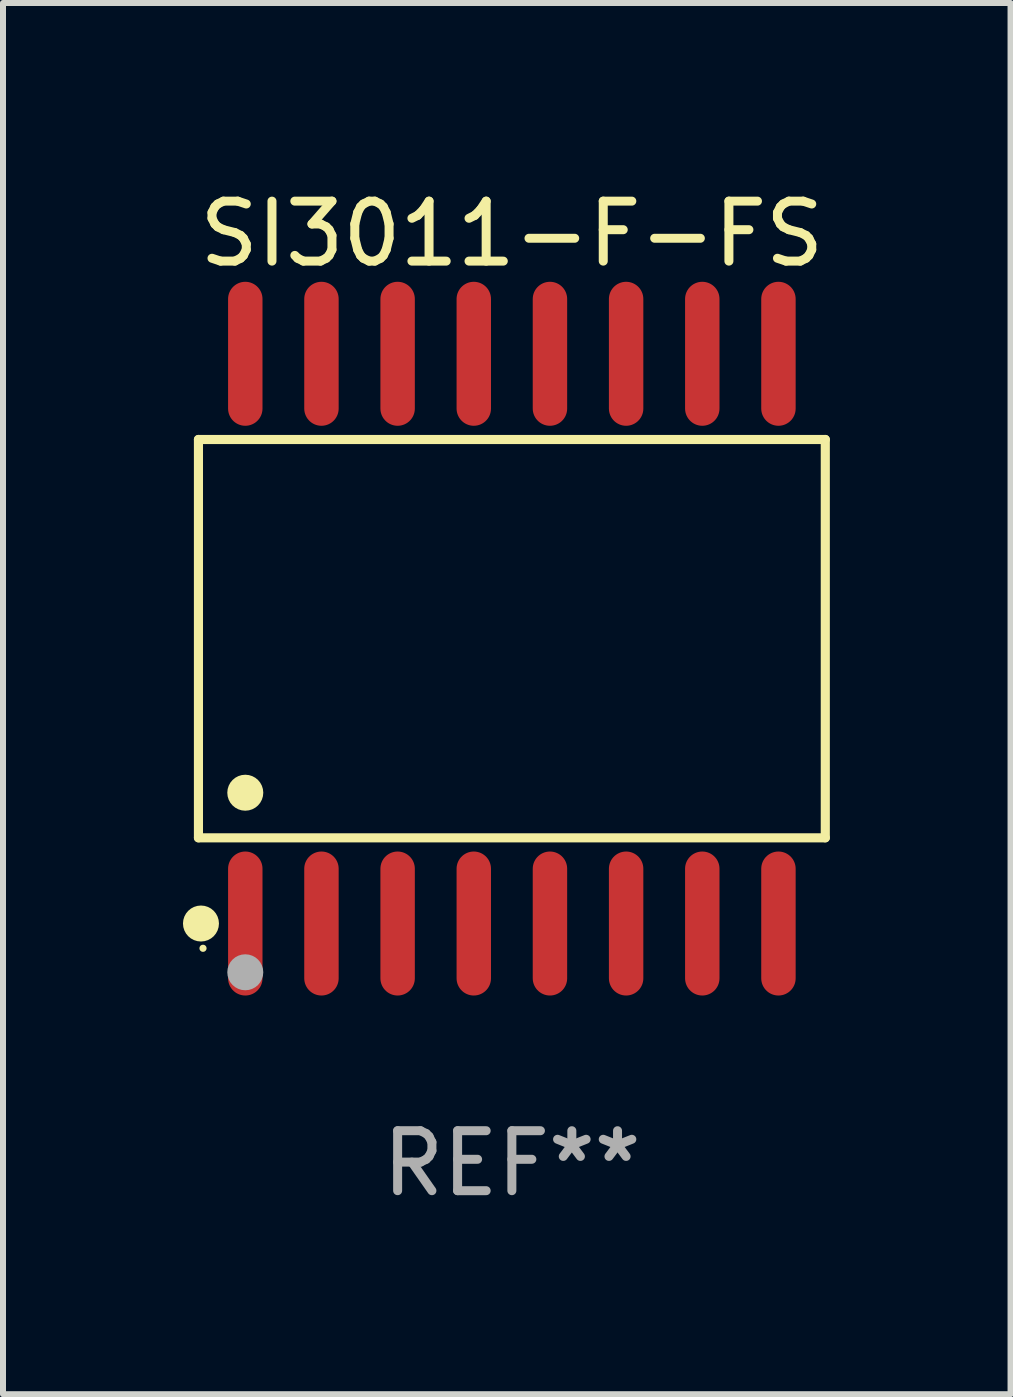
<source format=kicad_pcb>
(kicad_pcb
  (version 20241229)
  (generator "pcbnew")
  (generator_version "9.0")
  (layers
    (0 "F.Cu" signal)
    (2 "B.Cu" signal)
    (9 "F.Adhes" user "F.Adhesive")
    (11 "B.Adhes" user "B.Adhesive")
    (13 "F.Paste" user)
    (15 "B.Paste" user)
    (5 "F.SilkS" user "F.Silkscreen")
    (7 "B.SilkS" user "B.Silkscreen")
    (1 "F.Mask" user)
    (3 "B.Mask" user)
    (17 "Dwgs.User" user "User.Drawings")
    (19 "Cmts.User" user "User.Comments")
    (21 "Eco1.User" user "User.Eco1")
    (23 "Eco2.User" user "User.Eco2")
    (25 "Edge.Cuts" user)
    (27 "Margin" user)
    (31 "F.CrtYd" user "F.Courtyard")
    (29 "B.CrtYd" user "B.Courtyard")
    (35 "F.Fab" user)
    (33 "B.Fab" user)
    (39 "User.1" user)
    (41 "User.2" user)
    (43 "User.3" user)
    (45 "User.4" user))
  (footprint "SI3011-F-FS"
    (layer "F.Cu")
    (at 5.485 7.599)
    (property "Reference" "SI3011-F-FS" (at 0 -6.75 0) (layer "F.SilkS") (effects (font (size 1 1) (thickness 0.15))))
    (attr through_hole)
    (fp_line (start -5.226 -3.321) (end 5.226 -3.321) (stroke (width 0.152) (type solid)) (layer "F.SilkS"))
    (fp_line (start -5.226 3.321) (end -5.226 -3.321) (stroke (width 0.152) (type solid)) (layer "F.SilkS"))
    (fp_line (start 5.226 -3.321) (end 5.226 3.321) (stroke (width 0.152) (type solid)) (layer "F.SilkS"))
    (fp_line (start 5.226 3.321) (end -5.226 3.321) (stroke (width 0.152) (type solid)) (layer "F.SilkS"))
    (fp_circle (center -5.184 4.75) (end -5.034 4.75) (stroke (width 0.3) (type solid)) (fill no) (layer "F.SilkS"))
    (fp_circle (center -5.15 5.163) (end -5.12 5.163) (stroke (width 0.06) (type solid)) (fill no) (layer "F.SilkS"))
    (fp_circle (center -4.445 2.569) (end -4.295 2.569) (stroke (width 0.3) (type solid)) (fill no) (layer "F.SilkS"))
    (fp_circle (center -4.445 5.563) (end -4.295 5.563) (stroke (width 0.3) (type solid)) (fill no) (layer "F.Fab"))
    (fp_text user "REF**" (at 0 8.75 0) (layer "F.Fab") (effects (font (size 1 1) (thickness 0.15))))
    (pad "1" smd oval (at -4.445 4.75) (size 0.574 2.401) (layers "F.Cu" "F.Mask" "F.Paste"))
    (pad "2" smd oval (at -3.175 4.75) (size 0.574 2.401) (layers "F.Cu" "F.Mask" "F.Paste"))
    (pad "3" smd oval (at -1.905 4.75) (size 0.574 2.401) (layers "F.Cu" "F.Mask" "F.Paste"))
    (pad "4" smd oval (at -0.635 4.75) (size 0.574 2.401) (layers "F.Cu" "F.Mask" "F.Paste"))
    (pad "5" smd oval (at 0.635 4.75) (size 0.574 2.401) (layers "F.Cu" "F.Mask" "F.Paste"))
    (pad "6" smd oval (at 1.905 4.75) (size 0.574 2.401) (layers "F.Cu" "F.Mask" "F.Paste"))
    (pad "7" smd oval (at 3.175 4.75) (size 0.574 2.401) (layers "F.Cu" "F.Mask" "F.Paste"))
    (pad "8" smd oval (at 4.445 4.75) (size 0.574 2.401) (layers "F.Cu" "F.Mask" "F.Paste"))
    (pad "9" smd oval (at 4.445 -4.75) (size 0.574 2.401) (layers "F.Cu" "F.Mask" "F.Paste"))
    (pad "10" smd oval (at 3.175 -4.75) (size 0.574 2.401) (layers "F.Cu" "F.Mask" "F.Paste"))
    (pad "11" smd oval (at 1.905 -4.75) (size 0.574 2.401) (layers "F.Cu" "F.Mask" "F.Paste"))
    (pad "12" smd oval (at 0.635 -4.75) (size 0.574 2.401) (layers "F.Cu" "F.Mask" "F.Paste"))
    (pad "13" smd oval (at -0.635 -4.75) (size 0.574 2.401) (layers "F.Cu" "F.Mask" "F.Paste"))
    (pad "14" smd oval (at -1.905 -4.75) (size 0.574 2.401) (layers "F.Cu" "F.Mask" "F.Paste"))
    (pad "15" smd oval (at -3.175 -4.75) (size 0.574 2.401) (layers "F.Cu" "F.Mask" "F.Paste"))
    (pad "16" smd oval (at -4.445 -4.75) (size 0.574 2.401) (layers "F.Cu" "F.Mask" "F.Paste")))
  (gr_rect
    (start -3 -3)
    (end 13.8 20.197)
    (stroke (width 0.1) (type default))
    (fill no)
    (layer "Edge.Cuts")))
</source>
